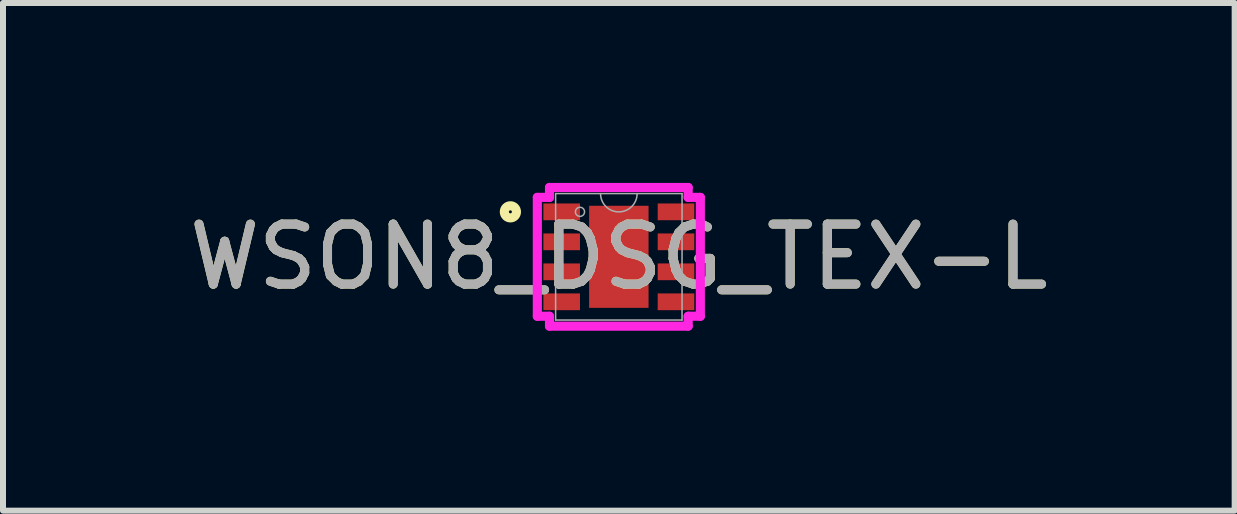
<source format=kicad_pcb>
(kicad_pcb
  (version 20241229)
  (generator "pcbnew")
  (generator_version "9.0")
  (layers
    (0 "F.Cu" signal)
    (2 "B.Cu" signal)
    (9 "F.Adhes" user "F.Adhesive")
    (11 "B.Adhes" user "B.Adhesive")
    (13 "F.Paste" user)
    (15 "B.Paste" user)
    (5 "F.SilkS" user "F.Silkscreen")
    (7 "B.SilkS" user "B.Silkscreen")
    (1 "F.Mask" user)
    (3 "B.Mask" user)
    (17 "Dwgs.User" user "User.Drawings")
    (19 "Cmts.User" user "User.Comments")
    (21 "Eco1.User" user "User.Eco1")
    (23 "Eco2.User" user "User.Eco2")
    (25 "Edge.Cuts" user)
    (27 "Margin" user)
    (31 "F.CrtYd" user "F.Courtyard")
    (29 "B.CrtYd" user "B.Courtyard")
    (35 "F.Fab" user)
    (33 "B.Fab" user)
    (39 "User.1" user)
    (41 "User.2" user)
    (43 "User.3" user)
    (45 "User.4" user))
  (footprint "WSON8_DSG_TEX-L"
    (layer "F.Cu")
    (at 7.268 1.232)
    (property "Reference" "WSON8_DSG_TEX-L" (at 0 0 0) (unlocked yes) (layer "F.SilkS") (effects (font (size 1 1) (thickness 0.15))))
    (attr smd)
    (fp_circle (center -1.808 -0.75) (end -1.707 -0.75) (stroke (width 0.152) (type solid)) (fill no) (layer "F.SilkS"))
    (fp_line (start -1.359 -0.991) (end -1.156 -0.991) (stroke (width 0.152) (type solid)) (layer "F.CrtYd"))
    (fp_line (start -1.359 0.991) (end -1.359 -0.991) (stroke (width 0.152) (type solid)) (layer "F.CrtYd"))
    (fp_line (start -1.359 0.991) (end -1.156 0.991) (stroke (width 0.152) (type solid)) (layer "F.CrtYd"))
    (fp_line (start -1.156 -1.156) (end 1.156 -1.156) (stroke (width 0.152) (type solid)) (layer "F.CrtYd"))
    (fp_line (start -1.156 -0.991) (end -1.156 -1.156) (stroke (width 0.152) (type solid)) (layer "F.CrtYd"))
    (fp_line (start -1.156 1.156) (end -1.156 0.991) (stroke (width 0.152) (type solid)) (layer "F.CrtYd"))
    (fp_line (start 1.156 -1.156) (end 1.156 -0.991) (stroke (width 0.152) (type solid)) (layer "F.CrtYd"))
    (fp_line (start 1.156 0.991) (end 1.156 1.156) (stroke (width 0.152) (type solid)) (layer "F.CrtYd"))
    (fp_line (start 1.156 1.156) (end -1.156 1.156) (stroke (width 0.152) (type solid)) (layer "F.CrtYd"))
    (fp_line (start 1.359 -0.991) (end 1.156 -0.991) (stroke (width 0.152) (type solid)) (layer "F.CrtYd"))
    (fp_line (start 1.359 -0.991) (end 1.359 0.991) (stroke (width 0.152) (type solid)) (layer "F.CrtYd"))
    (fp_line (start 1.359 0.991) (end 1.156 0.991) (stroke (width 0.152) (type solid)) (layer "F.CrtYd"))
    (fp_line (start -1.054 -1.054) (end -1.054 1.054) (stroke (width 0.025) (type solid)) (layer "F.Fab"))
    (fp_line (start -1.054 1.054) (end 1.054 1.054) (stroke (width 0.025) (type solid)) (layer "F.Fab"))
    (fp_line (start 1.054 -1.054) (end -1.054 -1.054) (stroke (width 0.025) (type solid)) (layer "F.Fab"))
    (fp_line (start 1.054 1.054) (end 1.054 -1.054) (stroke (width 0.025) (type solid)) (layer "F.Fab"))
    (fp_arc (start 0.3048 -1.0541) (mid 0 -0.7493) (end -0.3048 -1.0541) (stroke (width 0.0254) (type solid)) (layer "F.Fab"))
    (fp_circle (center -0.648 -0.75) (end -0.572 -0.75) (stroke (width 0.025) (type solid)) (fill no) (layer "F.Fab"))
    (fp_text user "${REFERENCE}" (at 0 0 0) (unlocked yes) (layer "F.Fab") (effects (font (size 1 1) (thickness 0.15))))
    (pad "1" smd rect (at -0.953 -0.75) (size 0.61 0.279) (layers "F.Cu" "F.Mask" "F.Paste"))
    (pad "2" smd rect (at -0.953 -0.25) (size 0.61 0.279) (layers "F.Cu" "F.Mask" "F.Paste"))
    (pad "3" smd rect (at -0.953 0.25) (size 0.61 0.279) (layers "F.Cu" "F.Mask" "F.Paste"))
    (pad "4" smd rect (at -0.953 0.75) (size 0.61 0.279) (layers "F.Cu" "F.Mask" "F.Paste"))
    (pad "5" smd rect (at 0.953 0.75) (size 0.61 0.279) (layers "F.Cu" "F.Mask" "F.Paste"))
    (pad "6" smd rect (at 0.953 0.25) (size 0.61 0.279) (layers "F.Cu" "F.Mask" "F.Paste"))
    (pad "7" smd rect (at 0.953 -0.25) (size 0.61 0.279) (layers "F.Cu" "F.Mask" "F.Paste"))
    (pad "8" smd rect (at 0.953 -0.75) (size 0.61 0.279) (layers "F.Cu" "F.Mask" "F.Paste"))
    (pad "9" smd rect (at 0 0) (size 0.991 1.702) (layers "F.Cu" "F.Mask" "F.Paste")))
  (gr_rect
    (start -3 -3)
    (end 17.536 5.464)
    (stroke (width 0.1) (type default))
    (fill no)
    (layer "Edge.Cuts")))
</source>
